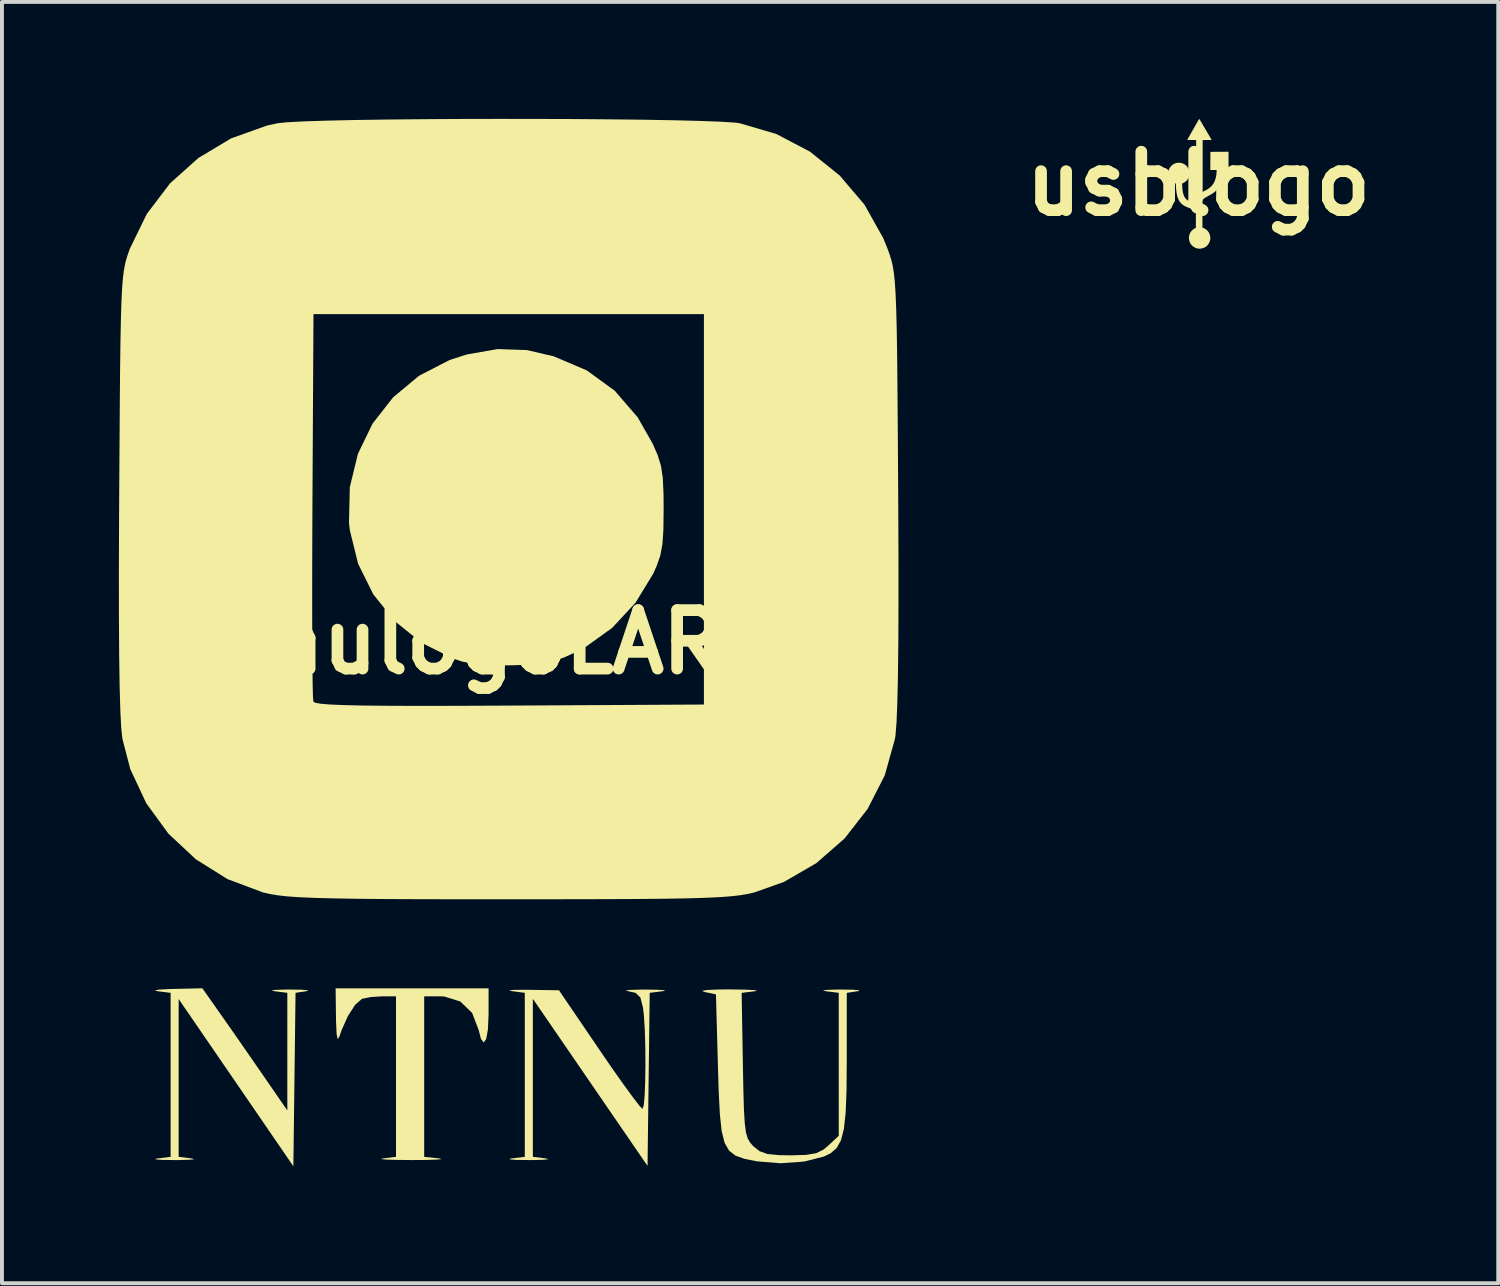
<source format=kicad_pcb>
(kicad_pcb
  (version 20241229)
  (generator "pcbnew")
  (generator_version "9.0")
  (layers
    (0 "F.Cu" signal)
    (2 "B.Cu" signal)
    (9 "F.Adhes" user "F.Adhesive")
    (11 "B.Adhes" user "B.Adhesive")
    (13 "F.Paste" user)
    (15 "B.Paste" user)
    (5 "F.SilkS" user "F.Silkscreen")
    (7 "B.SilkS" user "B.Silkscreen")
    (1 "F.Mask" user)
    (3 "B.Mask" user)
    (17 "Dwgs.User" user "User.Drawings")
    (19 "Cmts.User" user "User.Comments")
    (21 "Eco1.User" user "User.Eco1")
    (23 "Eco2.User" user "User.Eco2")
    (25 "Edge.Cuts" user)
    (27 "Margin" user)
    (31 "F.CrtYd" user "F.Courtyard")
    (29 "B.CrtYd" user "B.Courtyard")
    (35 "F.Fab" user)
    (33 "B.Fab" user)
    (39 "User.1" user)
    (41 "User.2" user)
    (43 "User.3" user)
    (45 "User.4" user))
  (footprint "usblogo"
    (layer "F.Cu")
    (at 27.693 1.663)
    (property "Reference" "usblogo" (at 0 0 0) (layer "F.SilkS") (effects (font (size 1.5 1.5) (thickness 0.3))))
    (attr board_only exclude_from_pos_files exclude_from_bom)
    (fp_poly (pts (xy 0.026 -1.658) (xy 0.035 -1.644) (xy 0.048 -1.622) (xy 0.066 -1.592) (xy 0.087 -1.557) (xy 0.111 -1.515) (xy 0.138 -1.47) (xy 0.167 -1.42) (xy 0.183 -1.393) (xy 0.341 -1.123) (xy 0.225 -1.121) (xy 0.11 -1.12) (xy 0.11 -0.456) (xy 0.11 0.209) (xy 0.178 0.173) (xy 0.236 0.141) (xy 0.285 0.108) (xy 0.325 0.073) (xy 0.359 0.036) (xy 0.388 -0.007) (xy 0.404 -0.034) (xy 0.424 -0.082) (xy 0.442 -0.137) (xy 0.456 -0.196) (xy 0.464 -0.256) (xy 0.468 -0.313) (xy 0.468 -0.313) (xy 0.468 -0.352) (xy 0.387 -0.352) (xy 0.306 -0.352) (xy 0.307 -0.585) (xy 0.309 -0.817) (xy 0.541 -0.819) (xy 0.774 -0.82) (xy 0.774 -0.586) (xy 0.774 -0.352) (xy 0.702 -0.352) (xy 0.631 -0.352) (xy 0.627 -0.287) (xy 0.618 -0.19) (xy 0.601 -0.101) (xy 0.576 -0.019) (xy 0.543 0.054) (xy 0.504 0.119) (xy 0.457 0.175) (xy 0.435 0.196) (xy 0.407 0.219) (xy 0.377 0.242) (xy 0.342 0.265) (xy 0.3 0.289) (xy 0.249 0.317) (xy 0.248 0.317) (xy 0.219 0.334) (xy 0.191 0.35) (xy 0.167 0.364) (xy 0.151 0.375) (xy 0.147 0.378) (xy 0.138 0.385) (xy 0.131 0.392) (xy 0.124 0.398) (xy 0.119 0.406) (xy 0.115 0.415) (xy 0.112 0.428) (xy 0.109 0.444) (xy 0.107 0.466) (xy 0.106 0.492) (xy 0.105 0.526) (xy 0.104 0.567) (xy 0.104 0.616) (xy 0.104 0.675) (xy 0.104 0.744) (xy 0.104 0.78) (xy 0.104 1.123) (xy 0.15 1.144) (xy 0.197 1.173) (xy 0.236 1.208) (xy 0.266 1.248) (xy 0.288 1.292) (xy 0.302 1.34) (xy 0.307 1.388) (xy 0.303 1.438) (xy 0.29 1.486) (xy 0.269 1.531) (xy 0.239 1.573) (xy 0.2 1.611) (xy 0.173 1.629) (xy 0.137 1.646) (xy 0.095 1.659) (xy 0.05 1.666) (xy 0.006 1.666) (xy -0.033 1.66) (xy -0.034 1.66) (xy -0.088 1.639) (xy -0.136 1.61) (xy -0.175 1.573) (xy -0.206 1.53) (xy -0.228 1.481) (xy -0.24 1.427) (xy -0.243 1.392) (xy -0.237 1.335) (xy -0.221 1.283) (xy -0.196 1.236) (xy -0.161 1.195) (xy -0.117 1.161) (xy -0.099 1.15) (xy -0.064 1.131) (xy -0.064 0.915) (xy -0.064 0.699) (xy -0.105 0.679) (xy -0.126 0.669) (xy -0.155 0.657) (xy -0.187 0.643) (xy -0.22 0.629) (xy -0.228 0.626) (xy -0.273 0.608) (xy -0.309 0.592) (xy -0.338 0.578) (xy -0.362 0.565) (xy -0.383 0.552) (xy -0.404 0.538) (xy -0.408 0.535) (xy -0.446 0.501) (xy -0.479 0.461) (xy -0.506 0.414) (xy -0.529 0.359) (xy -0.547 0.296) (xy -0.561 0.224) (xy -0.57 0.142) (xy -0.575 0.074) (xy -0.579 -0.004) (xy -0.6 -0.012) (xy -0.645 -0.034) (xy -0.686 -0.065) (xy -0.72 -0.104) (xy -0.747 -0.149) (xy -0.765 -0.198) (xy -0.773 -0.25) (xy -0.774 -0.266) (xy -0.769 -0.318) (xy -0.756 -0.365) (xy -0.732 -0.41) (xy -0.698 -0.453) (xy -0.694 -0.458) (xy -0.653 -0.493) (xy -0.608 -0.518) (xy -0.561 -0.533) (xy -0.511 -0.539) (xy -0.461 -0.536) (xy -0.413 -0.525) (xy -0.367 -0.504) (xy -0.325 -0.476) (xy -0.289 -0.439) (xy -0.259 -0.395) (xy -0.254 -0.384) (xy -0.236 -0.333) (xy -0.228 -0.281) (xy -0.23 -0.228) (xy -0.242 -0.178) (xy -0.263 -0.131) (xy -0.293 -0.089) (xy -0.331 -0.052) (xy -0.377 -0.023) (xy -0.377 -0.023) (xy -0.416 -0.004) (xy -0.416 0.035) (xy -0.414 0.078) (xy -0.41 0.127) (xy -0.404 0.176) (xy -0.397 0.222) (xy -0.392 0.242) (xy -0.374 0.302) (xy -0.348 0.353) (xy -0.314 0.395) (xy -0.274 0.428) (xy -0.261 0.436) (xy -0.248 0.443) (xy -0.229 0.452) (xy -0.205 0.462) (xy -0.177 0.474) (xy -0.149 0.486) (xy -0.122 0.497) (xy -0.099 0.507) (xy -0.08 0.514) (xy -0.069 0.518) (xy -0.066 0.518) (xy -0.066 0.512) (xy -0.066 0.496) (xy -0.066 0.469) (xy -0.065 0.432) (xy -0.065 0.387) (xy -0.065 0.333) (xy -0.064 0.271) (xy -0.064 0.203) (xy -0.063 0.128) (xy -0.063 0.048) (xy -0.063 -0.038) (xy -0.062 -0.128) (xy -0.062 -0.222) (xy -0.061 -0.302) (xy -0.057 -1.12) (xy -0.172 -1.121) (xy -0.287 -1.123) (xy -0.21 -1.259) (xy -0.184 -1.305) (xy -0.154 -1.357) (xy -0.123 -1.412) (xy -0.093 -1.466) (xy -0.065 -1.514) (xy -0.057 -1.529) (xy -0.037 -1.564) (xy -0.019 -1.596) (xy -0.003 -1.623) (xy 0.01 -1.644) (xy 0.019 -1.658) (xy 0.022 -1.663)) (stroke (width 0) (type solid)) (fill yes) (layer "F.SilkS")))
  (footprint "ntnulogoLARGE"
    (layer "F.Cu")
    (at 10 13.424)
    (property "Reference" "ntnulogoLARGE" (at 0 0 0) (layer "F.SilkS") (effects (font (size 1.5 1.5) (thickness 0.3))))
    (attr board_only exclude_from_pos_files exclude_from_bom)
    (fp_poly (pts (xy -0.516 9.545) (xy -0.533 9.937) (xy -0.578 10.184) (xy -0.641 10.27) (xy -0.711 10.178) (xy -0.77 9.951) (xy -0.938 9.512) (xy -1.24 9.219) (xy -1.652 9.09) (xy -1.751 9.086) (xy -2.168 9.086) (xy -2.168 11.145) (xy -2.168 13.204) (xy -1.781 13.244) (xy -1.717 13.26) (xy -1.835 13.274) (xy -2.11 13.283) (xy -2.478 13.286) (xy -2.882 13.282) (xy -3.156 13.273) (xy -3.275 13.26) (xy -3.227 13.245) (xy -2.891 13.203) (xy -2.891 11.145) (xy -2.891 9.086) (xy -3.244 9.086) (xy -3.538 9.104) (xy -3.759 9.149) (xy -3.764 9.15) (xy -3.936 9.299) (xy -4.124 9.59) (xy -4.291 9.964) (xy -4.343 10.118) (xy -4.386 10.186) (xy -4.414 10.059) (xy -4.429 9.731) (xy -4.431 9.628) (xy -4.44 8.88) (xy -2.478 8.88) (xy -0.516 8.88)) (stroke (width 0) (type solid)) (fill yes) (layer "F.SilkS"))
    (fp_poly (pts (xy -7.404 9.525) (xy -7.141 9.9) (xy -6.814 10.37) (xy -6.476 10.858) (xy -6.315 11.091) (xy -5.679 12.013) (xy -5.679 10.504) (xy -5.679 8.996) (xy -6.014 8.954) (xy -6.087 8.935) (xy -5.977 8.92) (xy -5.708 8.912) (xy -5.627 8.912) (xy -5.318 8.916) (xy -5.153 8.93) (xy -5.161 8.949) (xy -5.186 8.953) (xy -5.468 8.996) (xy -5.496 11.221) (xy -5.524 13.446) (xy -6.995 11.3) (xy -8.467 9.155) (xy -8.467 11.179) (xy -8.467 13.203) (xy -8.131 13.245) (xy -8.064 13.264) (xy -8.178 13.278) (xy -8.45 13.286) (xy -8.57 13.286) (xy -8.888 13.282) (xy -9.057 13.269) (xy -9.053 13.252) (xy -9.009 13.245) (xy -8.673 13.203) (xy -8.673 11.1) (xy -8.673 8.996) (xy -9.009 8.954) (xy -9.079 8.933) (xy -8.967 8.913) (xy -8.698 8.899) (xy -8.601 8.896) (xy -7.858 8.88)) (stroke (width 0) (type solid)) (fill yes) (layer "F.SilkS"))
    (fp_poly (pts (xy 0.468 -7.493) (xy 1.155 -7.333) (xy 2.003 -6.972) (xy 2.721 -6.45) (xy 3.31 -5.767) (xy 3.695 -5.09) (xy 3.825 -4.79) (xy 3.908 -4.518) (xy 3.953 -4.213) (xy 3.972 -3.811) (xy 3.975 -3.407) (xy 3.969 -2.889) (xy 3.944 -2.516) (xy 3.89 -2.225) (xy 3.797 -1.956) (xy 3.707 -1.755) (xy 3.253 -1.011) (xy 2.654 -0.366) (xy 1.956 0.135) (xy 1.783 0.226) (xy 1.425 0.391) (xy 1.116 0.494) (xy 0.782 0.553) (xy 0.349 0.584) (xy 0.111 0.593) (xy -0.436 0.598) (xy -0.847 0.569) (xy -1.191 0.498) (xy -1.423 0.422) (xy -2.234 0.017) (xy -2.923 -0.54) (xy -3.473 -1.225) (xy -3.864 -2.013) (xy -4.077 -2.879) (xy -4.097 -3.068) (xy -4.076 -3.975) (xy -3.869 -4.829) (xy -3.493 -5.606) (xy -2.964 -6.282) (xy -2.299 -6.835) (xy -1.515 -7.239) (xy -1.072 -7.381) (xy -0.281 -7.519)) (stroke (width 0) (type solid)) (fill yes) (layer "F.SilkS"))
    (fp_poly (pts (xy 3.828 8.917) (xy 3.998 8.93) (xy 3.995 8.948) (xy 3.951 8.954) (xy 3.618 8.996) (xy 3.59 11.216) (xy 3.562 13.437) (xy 2.091 11.293) (xy 0.62 9.149) (xy 0.62 11.176) (xy 0.62 13.203) (xy 0.955 13.245) (xy 1.022 13.264) (xy 0.908 13.278) (xy 0.637 13.286) (xy 0.516 13.286) (xy 0.199 13.282) (xy 0.029 13.269) (xy 0.034 13.252) (xy 0.077 13.245) (xy 0.413 13.203) (xy 0.413 11.1) (xy 0.413 8.996) (xy 0.077 8.952) (xy 0.01 8.933) (xy 0.125 8.921) (xy 0.396 8.918) (xy 0.516 8.919) (xy 1.29 8.931) (xy 2.323 10.45) (xy 2.659 10.94) (xy 2.959 11.364) (xy 3.202 11.696) (xy 3.367 11.908) (xy 3.433 11.973) (xy 3.465 11.88) (xy 3.488 11.626) (xy 3.502 11.258) (xy 3.508 10.823) (xy 3.504 10.366) (xy 3.491 9.933) (xy 3.468 9.572) (xy 3.445 9.376) (xy 3.379 9.117) (xy 3.255 8.997) (xy 3.059 8.953) (xy 2.998 8.935) (xy 3.117 8.921) (xy 3.392 8.913) (xy 3.511 8.913)) (stroke (width 0) (type solid)) (fill yes) (layer "F.SilkS"))
    (fp_poly (pts (xy 6.055 8.914) (xy 6.296 8.926) (xy 6.375 8.942) (xy 6.318 8.955) (xy 5.976 8.997) (xy 6.008 10.846) (xy 6.021 11.508) (xy 6.035 11.996) (xy 6.056 12.34) (xy 6.086 12.575) (xy 6.131 12.73) (xy 6.194 12.839) (xy 6.275 12.93) (xy 6.437 13.059) (xy 6.638 13.131) (xy 6.941 13.16) (xy 7.222 13.165) (xy 7.624 13.154) (xy 7.886 13.111) (xy 8.075 13.019) (xy 8.2 12.914) (xy 8.467 12.664) (xy 8.467 10.83) (xy 8.467 8.996) (xy 8.131 8.954) (xy 8.059 8.935) (xy 8.169 8.92) (xy 8.437 8.912) (xy 8.518 8.912) (xy 8.827 8.916) (xy 8.991 8.93) (xy 8.983 8.949) (xy 8.957 8.954) (xy 8.673 8.997) (xy 8.673 10.75) (xy 8.667 11.496) (xy 8.645 12.064) (xy 8.6 12.482) (xy 8.525 12.777) (xy 8.414 12.978) (xy 8.259 13.112) (xy 8.084 13.197) (xy 7.575 13.325) (xy 6.972 13.368) (xy 6.37 13.319) (xy 6.359 13.317) (xy 6.054 13.256) (xy 5.823 13.175) (xy 5.655 13.047) (xy 5.539 12.845) (xy 5.463 12.54) (xy 5.417 12.106) (xy 5.387 11.514) (xy 5.369 10.917) (xy 5.317 9.036) (xy 5.008 8.97) (xy 4.968 8.943) (xy 5.108 8.922) (xy 5.398 8.91) (xy 5.679 8.908)) (stroke (width 0) (type solid)) (fill yes) (layer "F.SilkS"))
    (fp_poly (pts (xy 0.717 -13.423) (xy 1.697 -13.42) (xy 2.635 -13.412) (xy 3.506 -13.402) (xy 4.283 -13.388) (xy 4.943 -13.371) (xy 5.46 -13.351) (xy 5.81 -13.328) (xy 5.924 -13.313) (xy 6.865 -13.037) (xy 7.73 -12.583) (xy 8.492 -11.971) (xy 9.128 -11.223) (xy 9.611 -10.361) (xy 9.718 -10.096) (xy 9.77 -9.952) (xy 9.814 -9.812) (xy 9.851 -9.659) (xy 9.881 -9.474) (xy 9.906 -9.24) (xy 9.925 -8.937) (xy 9.941 -8.549) (xy 9.954 -8.057) (xy 9.964 -7.443) (xy 9.972 -6.69) (xy 9.979 -5.778) (xy 9.987 -4.691) (xy 9.992 -3.82) (xy 9.999 -2.352) (xy 10 -1.086) (xy 9.996 -0.015) (xy 9.986 0.863) (xy 9.97 1.556) (xy 9.949 2.067) (xy 9.922 2.401) (xy 9.91 2.478) (xy 9.648 3.416) (xy 9.209 4.277) (xy 8.617 5.036) (xy 7.893 5.669) (xy 7.061 6.151) (xy 6.307 6.419) (xy 6.139 6.458) (xy 5.947 6.491) (xy 5.714 6.518) (xy 5.421 6.541) (xy 5.05 6.558) (xy 4.583 6.572) (xy 4.003 6.582) (xy 3.291 6.589) (xy 2.429 6.593) (xy 1.399 6.595) (xy 0.182 6.596) (xy 0 6.596) (xy -1.243 6.596) (xy -2.298 6.594) (xy -3.182 6.59) (xy -3.914 6.583) (xy -4.511 6.573) (xy -4.992 6.56) (xy -5.375 6.543) (xy -5.678 6.522) (xy -5.918 6.495) (xy -6.114 6.463) (xy -6.284 6.425) (xy -6.307 6.419) (xy -7.213 6.079) (xy -8.028 5.569) (xy -8.73 4.912) (xy -9.297 4.134) (xy -9.707 3.258) (xy -9.91 2.478) (xy -9.94 2.205) (xy -9.963 1.757) (xy -9.981 1.13) (xy -9.993 0.318) (xy -9.999 -0.684) (xy -10 -1.592) (xy -5.041 -1.592) (xy -5.041 -0.746) (xy -5.039 -0.003) (xy -5.035 0.616) (xy -5.029 1.091) (xy -5.021 1.401) (xy -5.012 1.524) (xy -4.96 1.555) (xy -4.819 1.58) (xy -4.576 1.6) (xy -4.216 1.615) (xy -3.724 1.626) (xy -3.085 1.632) (xy -2.286 1.635) (xy -1.311 1.633) (xy -0.146 1.628) (xy 0.023 1.627) (xy 5.008 1.6) (xy 5.008 -3.407) (xy 5.008 -8.415) (xy 0 -8.415) (xy -5.008 -8.415) (xy -5.035 -3.511) (xy -5.039 -2.521) (xy -5.041 -1.592) (xy -10 -1.592) (xy -10 -1.88) (xy -9.995 -3.276) (xy -9.992 -3.82) (xy -9.984 -5.041) (xy -9.977 -6.073) (xy -9.97 -6.935) (xy -9.961 -7.644) (xy -9.95 -8.219) (xy -9.937 -8.677) (xy -9.92 -9.037) (xy -9.899 -9.317) (xy -9.872 -9.535) (xy -9.84 -9.708) (xy -9.801 -9.855) (xy -9.755 -9.994) (xy -9.718 -10.096) (xy -9.283 -10.987) (xy -8.689 -11.769) (xy -7.96 -12.422) (xy -7.122 -12.924) (xy -6.201 -13.253) (xy -5.924 -13.313) (xy -5.68 -13.338) (xy -5.254 -13.36) (xy -4.672 -13.379) (xy -3.957 -13.395) (xy -3.136 -13.407) (xy -2.233 -13.416) (xy -1.274 -13.422) (xy -0.282 -13.424)) (stroke (width 0) (type solid)) (fill yes) (layer "F.SilkS")))
  (gr_rect
    (start -3 -3)
    (end 35.386 29.87)
    (stroke (width 0.1) (type default))
    (fill no)
    (layer "Edge.Cuts")))
</source>
